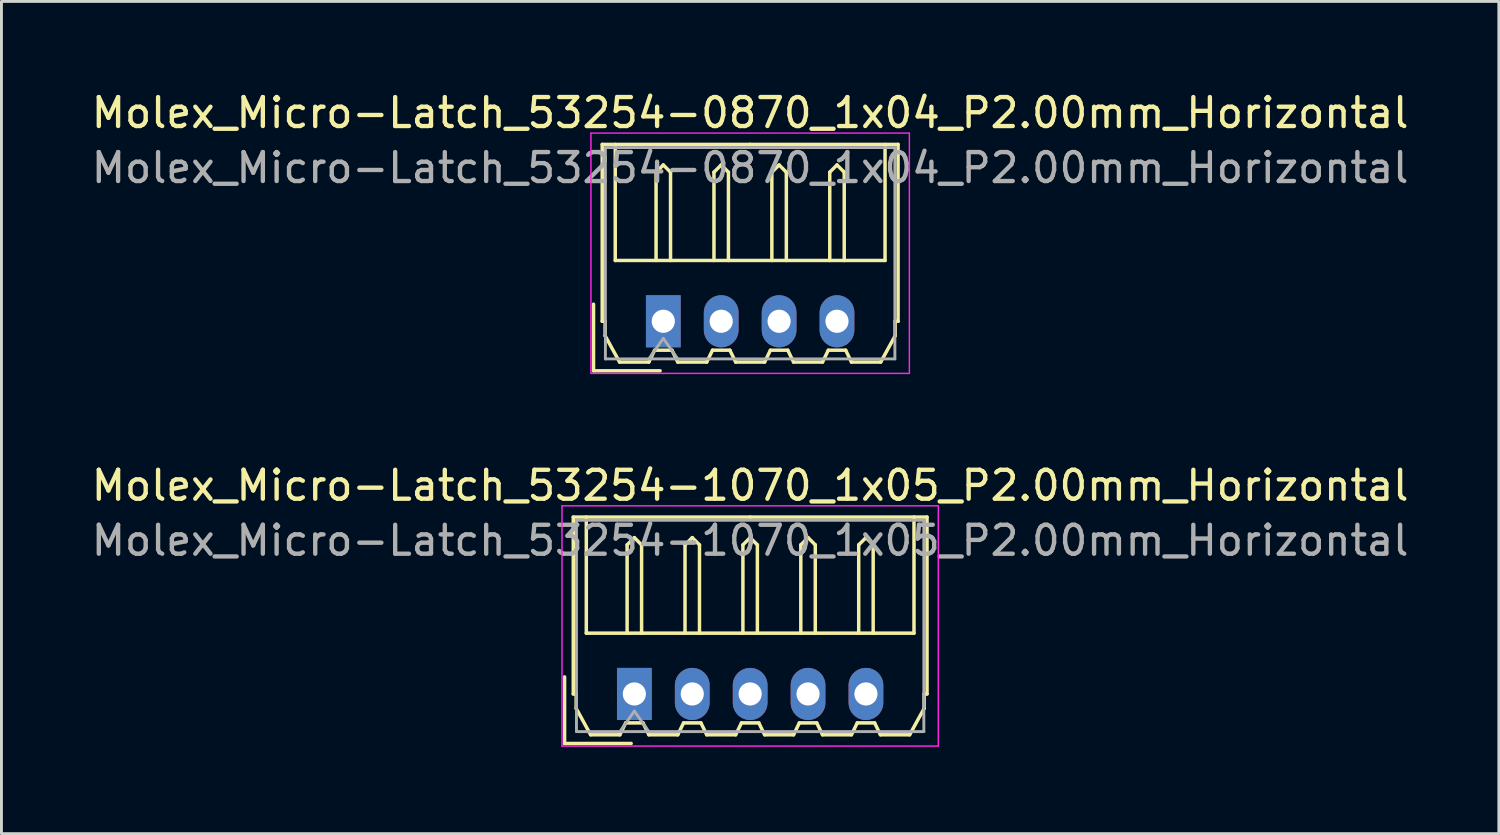
<source format=kicad_pcb>
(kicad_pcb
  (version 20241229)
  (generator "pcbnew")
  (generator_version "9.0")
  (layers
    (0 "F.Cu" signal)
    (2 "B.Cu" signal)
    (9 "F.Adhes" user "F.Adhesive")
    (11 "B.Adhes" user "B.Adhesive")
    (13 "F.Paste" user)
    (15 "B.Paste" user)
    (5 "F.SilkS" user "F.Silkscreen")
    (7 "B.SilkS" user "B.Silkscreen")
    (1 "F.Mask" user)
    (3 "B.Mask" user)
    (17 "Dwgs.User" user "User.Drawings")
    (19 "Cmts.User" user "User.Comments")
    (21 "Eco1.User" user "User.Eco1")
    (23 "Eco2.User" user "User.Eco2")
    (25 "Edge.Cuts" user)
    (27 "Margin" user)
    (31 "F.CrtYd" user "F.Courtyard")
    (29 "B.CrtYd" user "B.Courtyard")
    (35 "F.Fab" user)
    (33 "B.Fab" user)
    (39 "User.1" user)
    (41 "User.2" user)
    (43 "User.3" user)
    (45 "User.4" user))
  (footprint "Molex_Micro-Latch_53254-1070_1x05_P2.00mm_Horizontal"
    (layer "F.Cu")
    (at 18.863 20.922)
    (property "Reference" "Molex_Micro-Latch_53254-1070_1x05_P2.00mm_Horizontal" (at 4 -7.2 0) (layer "F.SilkS") (effects (font (size 1 1) (thickness 0.15))))
    (attr through_hole)
    (fp_line (start -2.41 1.71) (end -2.41 -0.59) (stroke (width 0.12) (type solid)) (layer "F.SilkS"))
    (fp_line (start -2.11 -6.11) (end 4 -6.11) (stroke (width 0.12) (type solid)) (layer "F.SilkS"))
    (fp_line (start -2.11 0) (end -2.11 -6.11) (stroke (width 0.12) (type solid)) (layer "F.SilkS"))
    (fp_line (start -2.01 0) (end -2.11 0) (stroke (width 0.12) (type solid)) (layer "F.SilkS"))
    (fp_line (start -2.01 0.5) (end -2.01 0) (stroke (width 0.12) (type solid)) (layer "F.SilkS"))
    (fp_line (start -1.66 -6.11) (end -1.66 -2.1) (stroke (width 0.12) (type solid)) (layer "F.SilkS"))
    (fp_line (start -1.66 -2.1) (end 9.66 -2.1) (stroke (width 0.12) (type solid)) (layer "F.SilkS"))
    (fp_line (start -1.51 1.41) (end -2.01 0.5) (stroke (width 0.12) (type solid)) (layer "F.SilkS"))
    (fp_line (start -0.5 1.41) (end -1.51 1.41) (stroke (width 0.12) (type solid)) (layer "F.SilkS"))
    (fp_line (start -0.3 1) (end -0.5 1.41) (stroke (width 0.12) (type solid)) (layer "F.SilkS"))
    (fp_line (start -0.3 1) (end 0.3 1) (stroke (width 0.12) (type solid)) (layer "F.SilkS"))
    (fp_line (start -0.25 -5.15) (end 0 -5.4) (stroke (width 0.12) (type solid)) (layer "F.SilkS"))
    (fp_line (start -0.25 -2.1) (end -0.25 -5.15) (stroke (width 0.12) (type solid)) (layer "F.SilkS"))
    (fp_line (start -0.11 1.71) (end -2.41 1.71) (stroke (width 0.12) (type solid)) (layer "F.SilkS"))
    (fp_line (start 0 -5.4) (end 0.25 -5.15) (stroke (width 0.12) (type solid)) (layer "F.SilkS"))
    (fp_line (start 0.25 -5.15) (end 0.25 -2.1) (stroke (width 0.12) (type solid)) (layer "F.SilkS"))
    (fp_line (start 0.3 1) (end 0.5 1.41) (stroke (width 0.12) (type solid)) (layer "F.SilkS"))
    (fp_line (start 0.5 1.41) (end 1.5 1.41) (stroke (width 0.12) (type solid)) (layer "F.SilkS"))
    (fp_line (start 1.5 1.41) (end 1.7 1) (stroke (width 0.12) (type solid)) (layer "F.SilkS"))
    (fp_line (start 1.7 1) (end 2.3 1) (stroke (width 0.12) (type solid)) (layer "F.SilkS"))
    (fp_line (start 1.75 -5.15) (end 2 -5.4) (stroke (width 0.12) (type solid)) (layer "F.SilkS"))
    (fp_line (start 1.75 -2.1) (end 1.75 -5.15) (stroke (width 0.12) (type solid)) (layer "F.SilkS"))
    (fp_line (start 2 -5.4) (end 2.25 -5.15) (stroke (width 0.12) (type solid)) (layer "F.SilkS"))
    (fp_line (start 2.25 -5.15) (end 2.25 -2.1) (stroke (width 0.12) (type solid)) (layer "F.SilkS"))
    (fp_line (start 2.3 1) (end 2.5 1.41) (stroke (width 0.12) (type solid)) (layer "F.SilkS"))
    (fp_line (start 2.5 1.41) (end 3.5 1.41) (stroke (width 0.12) (type solid)) (layer "F.SilkS"))
    (fp_line (start 3.5 1.41) (end 3.7 1) (stroke (width 0.12) (type solid)) (layer "F.SilkS"))
    (fp_line (start 3.7 1) (end 4.3 1) (stroke (width 0.12) (type solid)) (layer "F.SilkS"))
    (fp_line (start 3.75 -5.15) (end 4 -5.4) (stroke (width 0.12) (type solid)) (layer "F.SilkS"))
    (fp_line (start 3.75 -2.1) (end 3.75 -5.15) (stroke (width 0.12) (type solid)) (layer "F.SilkS"))
    (fp_line (start 4 -5.4) (end 4.25 -5.15) (stroke (width 0.12) (type solid)) (layer "F.SilkS"))
    (fp_line (start 4.25 -5.15) (end 4.25 -2.1) (stroke (width 0.12) (type solid)) (layer "F.SilkS"))
    (fp_line (start 4.3 1) (end 4.5 1.41) (stroke (width 0.12) (type solid)) (layer "F.SilkS"))
    (fp_line (start 4.5 1.41) (end 5.5 1.41) (stroke (width 0.12) (type solid)) (layer "F.SilkS"))
    (fp_line (start 5.5 1.41) (end 5.7 1) (stroke (width 0.12) (type solid)) (layer "F.SilkS"))
    (fp_line (start 5.7 1) (end 6.3 1) (stroke (width 0.12) (type solid)) (layer "F.SilkS"))
    (fp_line (start 5.75 -5.15) (end 6 -5.4) (stroke (width 0.12) (type solid)) (layer "F.SilkS"))
    (fp_line (start 5.75 -2.1) (end 5.75 -5.15) (stroke (width 0.12) (type solid)) (layer "F.SilkS"))
    (fp_line (start 6 -5.4) (end 6.25 -5.15) (stroke (width 0.12) (type solid)) (layer "F.SilkS"))
    (fp_line (start 6.25 -5.15) (end 6.25 -2.1) (stroke (width 0.12) (type solid)) (layer "F.SilkS"))
    (fp_line (start 6.3 1) (end 6.5 1.41) (stroke (width 0.12) (type solid)) (layer "F.SilkS"))
    (fp_line (start 6.5 1.41) (end 7.5 1.41) (stroke (width 0.12) (type solid)) (layer "F.SilkS"))
    (fp_line (start 7.5 1.41) (end 7.7 1) (stroke (width 0.12) (type solid)) (layer "F.SilkS"))
    (fp_line (start 7.7 1) (end 8.3 1) (stroke (width 0.12) (type solid)) (layer "F.SilkS"))
    (fp_line (start 7.75 -5.15) (end 8 -5.4) (stroke (width 0.12) (type solid)) (layer "F.SilkS"))
    (fp_line (start 7.75 -2.1) (end 7.75 -5.15) (stroke (width 0.12) (type solid)) (layer "F.SilkS"))
    (fp_line (start 8 -5.4) (end 8.25 -5.15) (stroke (width 0.12) (type solid)) (layer "F.SilkS"))
    (fp_line (start 8.25 -5.15) (end 8.25 -2.1) (stroke (width 0.12) (type solid)) (layer "F.SilkS"))
    (fp_line (start 8.3 1) (end 8.5 1.41) (stroke (width 0.12) (type solid)) (layer "F.SilkS"))
    (fp_line (start 8.5 1.41) (end 9.51 1.41) (stroke (width 0.12) (type solid)) (layer "F.SilkS"))
    (fp_line (start 9.51 1.41) (end 10.01 0.5) (stroke (width 0.12) (type solid)) (layer "F.SilkS"))
    (fp_line (start 9.66 -2.1) (end 9.66 -6.11) (stroke (width 0.12) (type solid)) (layer "F.SilkS"))
    (fp_line (start 10.01 0) (end 10.11 0) (stroke (width 0.12) (type solid)) (layer "F.SilkS"))
    (fp_line (start 10.01 0.5) (end 10.01 0) (stroke (width 0.12) (type solid)) (layer "F.SilkS"))
    (fp_line (start 10.11 -6.11) (end 4 -6.11) (stroke (width 0.12) (type solid)) (layer "F.SilkS"))
    (fp_line (start 10.11 0) (end 10.11 -6.11) (stroke (width 0.12) (type solid)) (layer "F.SilkS"))
    (fp_line (start -2.5 -6.5) (end -2.5 1.8) (stroke (width 0.05) (type solid)) (layer "F.CrtYd"))
    (fp_line (start -2.5 1.8) (end 10.5 1.8) (stroke (width 0.05) (type solid)) (layer "F.CrtYd"))
    (fp_line (start 10.5 -6.5) (end -2.5 -6.5) (stroke (width 0.05) (type solid)) (layer "F.CrtYd"))
    (fp_line (start 10.5 1.8) (end 10.5 -6.5) (stroke (width 0.05) (type solid)) (layer "F.CrtYd"))
    (fp_line (start -2 -6) (end -2 1.3) (stroke (width 0.1) (type solid)) (layer "F.Fab"))
    (fp_line (start -2 1.3) (end 10 1.3) (stroke (width 0.1) (type solid)) (layer "F.Fab"))
    (fp_line (start -0.5 1.3) (end 0 0.593) (stroke (width 0.1) (type solid)) (layer "F.Fab"))
    (fp_line (start 0 0.593) (end 0.5 1.3) (stroke (width 0.1) (type solid)) (layer "F.Fab"))
    (fp_line (start 10 -6) (end -2 -6) (stroke (width 0.1) (type solid)) (layer "F.Fab"))
    (fp_line (start 10 1.3) (end 10 -6) (stroke (width 0.1) (type solid)) (layer "F.Fab"))
    (fp_text user "${REFERENCE}" (at 4 -5.3 0) (layer "F.Fab") (effects (font (size 1 1) (thickness 0.15))))
    (pad "1" thru_hole rect (at 0 0) (size 1.2 1.8) (drill 0.8) (layers "*.Cu" "*.Mask"))
    (pad "2" thru_hole oval (at 2 0) (size 1.2 1.8) (drill 0.8) (layers "*.Cu" "*.Mask"))
    (pad "3" thru_hole oval (at 4 0) (size 1.2 1.8) (drill 0.8) (layers "*.Cu" "*.Mask"))
    (pad "4" thru_hole oval (at 6 0) (size 1.2 1.8) (drill 0.8) (layers "*.Cu" "*.Mask"))
    (pad "5" thru_hole oval (at 8 0) (size 1.2 1.8) (drill 0.8) (layers "*.Cu" "*.Mask")))
  (footprint "Molex_Micro-Latch_53254-0870_1x04_P2.00mm_Horizontal"
    (layer "F.Cu")
    (at 19.863 8.048)
    (property "Reference" "Molex_Micro-Latch_53254-0870_1x04_P2.00mm_Horizontal" (at 3 -7.2 0) (layer "F.SilkS") (effects (font (size 1 1) (thickness 0.15))))
    (attr through_hole)
    (fp_line (start -2.41 1.71) (end -2.41 -0.59) (stroke (width 0.12) (type solid)) (layer "F.SilkS"))
    (fp_line (start -2.11 -6.11) (end 3 -6.11) (stroke (width 0.12) (type solid)) (layer "F.SilkS"))
    (fp_line (start -2.11 0) (end -2.11 -6.11) (stroke (width 0.12) (type solid)) (layer "F.SilkS"))
    (fp_line (start -2.01 0) (end -2.11 0) (stroke (width 0.12) (type solid)) (layer "F.SilkS"))
    (fp_line (start -2.01 0.5) (end -2.01 0) (stroke (width 0.12) (type solid)) (layer "F.SilkS"))
    (fp_line (start -1.66 -6.11) (end -1.66 -2.1) (stroke (width 0.12) (type solid)) (layer "F.SilkS"))
    (fp_line (start -1.66 -2.1) (end 7.66 -2.1) (stroke (width 0.12) (type solid)) (layer "F.SilkS"))
    (fp_line (start -1.51 1.41) (end -2.01 0.5) (stroke (width 0.12) (type solid)) (layer "F.SilkS"))
    (fp_line (start -0.5 1.41) (end -1.51 1.41) (stroke (width 0.12) (type solid)) (layer "F.SilkS"))
    (fp_line (start -0.3 1) (end -0.5 1.41) (stroke (width 0.12) (type solid)) (layer "F.SilkS"))
    (fp_line (start -0.3 1) (end 0.3 1) (stroke (width 0.12) (type solid)) (layer "F.SilkS"))
    (fp_line (start -0.25 -5.15) (end 0 -5.4) (stroke (width 0.12) (type solid)) (layer "F.SilkS"))
    (fp_line (start -0.25 -2.1) (end -0.25 -5.15) (stroke (width 0.12) (type solid)) (layer "F.SilkS"))
    (fp_line (start -0.11 1.71) (end -2.41 1.71) (stroke (width 0.12) (type solid)) (layer "F.SilkS"))
    (fp_line (start 0 -5.4) (end 0.25 -5.15) (stroke (width 0.12) (type solid)) (layer "F.SilkS"))
    (fp_line (start 0.25 -5.15) (end 0.25 -2.1) (stroke (width 0.12) (type solid)) (layer "F.SilkS"))
    (fp_line (start 0.3 1) (end 0.5 1.41) (stroke (width 0.12) (type solid)) (layer "F.SilkS"))
    (fp_line (start 0.5 1.41) (end 1.5 1.41) (stroke (width 0.12) (type solid)) (layer "F.SilkS"))
    (fp_line (start 1.5 1.41) (end 1.7 1) (stroke (width 0.12) (type solid)) (layer "F.SilkS"))
    (fp_line (start 1.7 1) (end 2.3 1) (stroke (width 0.12) (type solid)) (layer "F.SilkS"))
    (fp_line (start 1.75 -5.15) (end 2 -5.4) (stroke (width 0.12) (type solid)) (layer "F.SilkS"))
    (fp_line (start 1.75 -2.1) (end 1.75 -5.15) (stroke (width 0.12) (type solid)) (layer "F.SilkS"))
    (fp_line (start 2 -5.4) (end 2.25 -5.15) (stroke (width 0.12) (type solid)) (layer "F.SilkS"))
    (fp_line (start 2.25 -5.15) (end 2.25 -2.1) (stroke (width 0.12) (type solid)) (layer "F.SilkS"))
    (fp_line (start 2.3 1) (end 2.5 1.41) (stroke (width 0.12) (type solid)) (layer "F.SilkS"))
    (fp_line (start 2.5 1.41) (end 3.5 1.41) (stroke (width 0.12) (type solid)) (layer "F.SilkS"))
    (fp_line (start 3.5 1.41) (end 3.7 1) (stroke (width 0.12) (type solid)) (layer "F.SilkS"))
    (fp_line (start 3.7 1) (end 4.3 1) (stroke (width 0.12) (type solid)) (layer "F.SilkS"))
    (fp_line (start 3.75 -5.15) (end 4 -5.4) (stroke (width 0.12) (type solid)) (layer "F.SilkS"))
    (fp_line (start 3.75 -2.1) (end 3.75 -5.15) (stroke (width 0.12) (type solid)) (layer "F.SilkS"))
    (fp_line (start 4 -5.4) (end 4.25 -5.15) (stroke (width 0.12) (type solid)) (layer "F.SilkS"))
    (fp_line (start 4.25 -5.15) (end 4.25 -2.1) (stroke (width 0.12) (type solid)) (layer "F.SilkS"))
    (fp_line (start 4.3 1) (end 4.5 1.41) (stroke (width 0.12) (type solid)) (layer "F.SilkS"))
    (fp_line (start 4.5 1.41) (end 5.5 1.41) (stroke (width 0.12) (type solid)) (layer "F.SilkS"))
    (fp_line (start 5.5 1.41) (end 5.7 1) (stroke (width 0.12) (type solid)) (layer "F.SilkS"))
    (fp_line (start 5.7 1) (end 6.3 1) (stroke (width 0.12) (type solid)) (layer "F.SilkS"))
    (fp_line (start 5.75 -5.15) (end 6 -5.4) (stroke (width 0.12) (type solid)) (layer "F.SilkS"))
    (fp_line (start 5.75 -2.1) (end 5.75 -5.15) (stroke (width 0.12) (type solid)) (layer "F.SilkS"))
    (fp_line (start 6 -5.4) (end 6.25 -5.15) (stroke (width 0.12) (type solid)) (layer "F.SilkS"))
    (fp_line (start 6.25 -5.15) (end 6.25 -2.1) (stroke (width 0.12) (type solid)) (layer "F.SilkS"))
    (fp_line (start 6.3 1) (end 6.5 1.41) (stroke (width 0.12) (type solid)) (layer "F.SilkS"))
    (fp_line (start 6.5 1.41) (end 7.51 1.41) (stroke (width 0.12) (type solid)) (layer "F.SilkS"))
    (fp_line (start 7.51 1.41) (end 8.01 0.5) (stroke (width 0.12) (type solid)) (layer "F.SilkS"))
    (fp_line (start 7.66 -2.1) (end 7.66 -6.11) (stroke (width 0.12) (type solid)) (layer "F.SilkS"))
    (fp_line (start 8.01 0) (end 8.11 0) (stroke (width 0.12) (type solid)) (layer "F.SilkS"))
    (fp_line (start 8.01 0.5) (end 8.01 0) (stroke (width 0.12) (type solid)) (layer "F.SilkS"))
    (fp_line (start 8.11 -6.11) (end 3 -6.11) (stroke (width 0.12) (type solid)) (layer "F.SilkS"))
    (fp_line (start 8.11 0) (end 8.11 -6.11) (stroke (width 0.12) (type solid)) (layer "F.SilkS"))
    (fp_line (start -2.5 -6.5) (end -2.5 1.8) (stroke (width 0.05) (type solid)) (layer "F.CrtYd"))
    (fp_line (start -2.5 1.8) (end 8.5 1.8) (stroke (width 0.05) (type solid)) (layer "F.CrtYd"))
    (fp_line (start 8.5 -6.5) (end -2.5 -6.5) (stroke (width 0.05) (type solid)) (layer "F.CrtYd"))
    (fp_line (start 8.5 1.8) (end 8.5 -6.5) (stroke (width 0.05) (type solid)) (layer "F.CrtYd"))
    (fp_line (start -2 -6) (end -2 1.3) (stroke (width 0.1) (type solid)) (layer "F.Fab"))
    (fp_line (start -2 1.3) (end 8 1.3) (stroke (width 0.1) (type solid)) (layer "F.Fab"))
    (fp_line (start -0.5 1.3) (end 0 0.593) (stroke (width 0.1) (type solid)) (layer "F.Fab"))
    (fp_line (start 0 0.593) (end 0.5 1.3) (stroke (width 0.1) (type solid)) (layer "F.Fab"))
    (fp_line (start 8 -6) (end -2 -6) (stroke (width 0.1) (type solid)) (layer "F.Fab"))
    (fp_line (start 8 1.3) (end 8 -6) (stroke (width 0.1) (type solid)) (layer "F.Fab"))
    (fp_text user "${REFERENCE}" (at 3 -5.3 0) (layer "F.Fab") (effects (font (size 1 1) (thickness 0.15))))
    (pad "1" thru_hole rect (at 0 0) (size 1.2 1.8) (drill 0.8) (layers "*.Cu" "*.Mask"))
    (pad "2" thru_hole oval (at 2 0) (size 1.2 1.8) (drill 0.8) (layers "*.Cu" "*.Mask"))
    (pad "3" thru_hole oval (at 4 0) (size 1.2 1.8) (drill 0.8) (layers "*.Cu" "*.Mask"))
    (pad "4" thru_hole oval (at 6 0) (size 1.2 1.8) (drill 0.8) (layers "*.Cu" "*.Mask")))
  (gr_rect
    (start -3 -3)
    (end 48.726 25.747)
    (stroke (width 0.1) (type default))
    (fill no)
    (layer "Edge.Cuts")))
</source>
